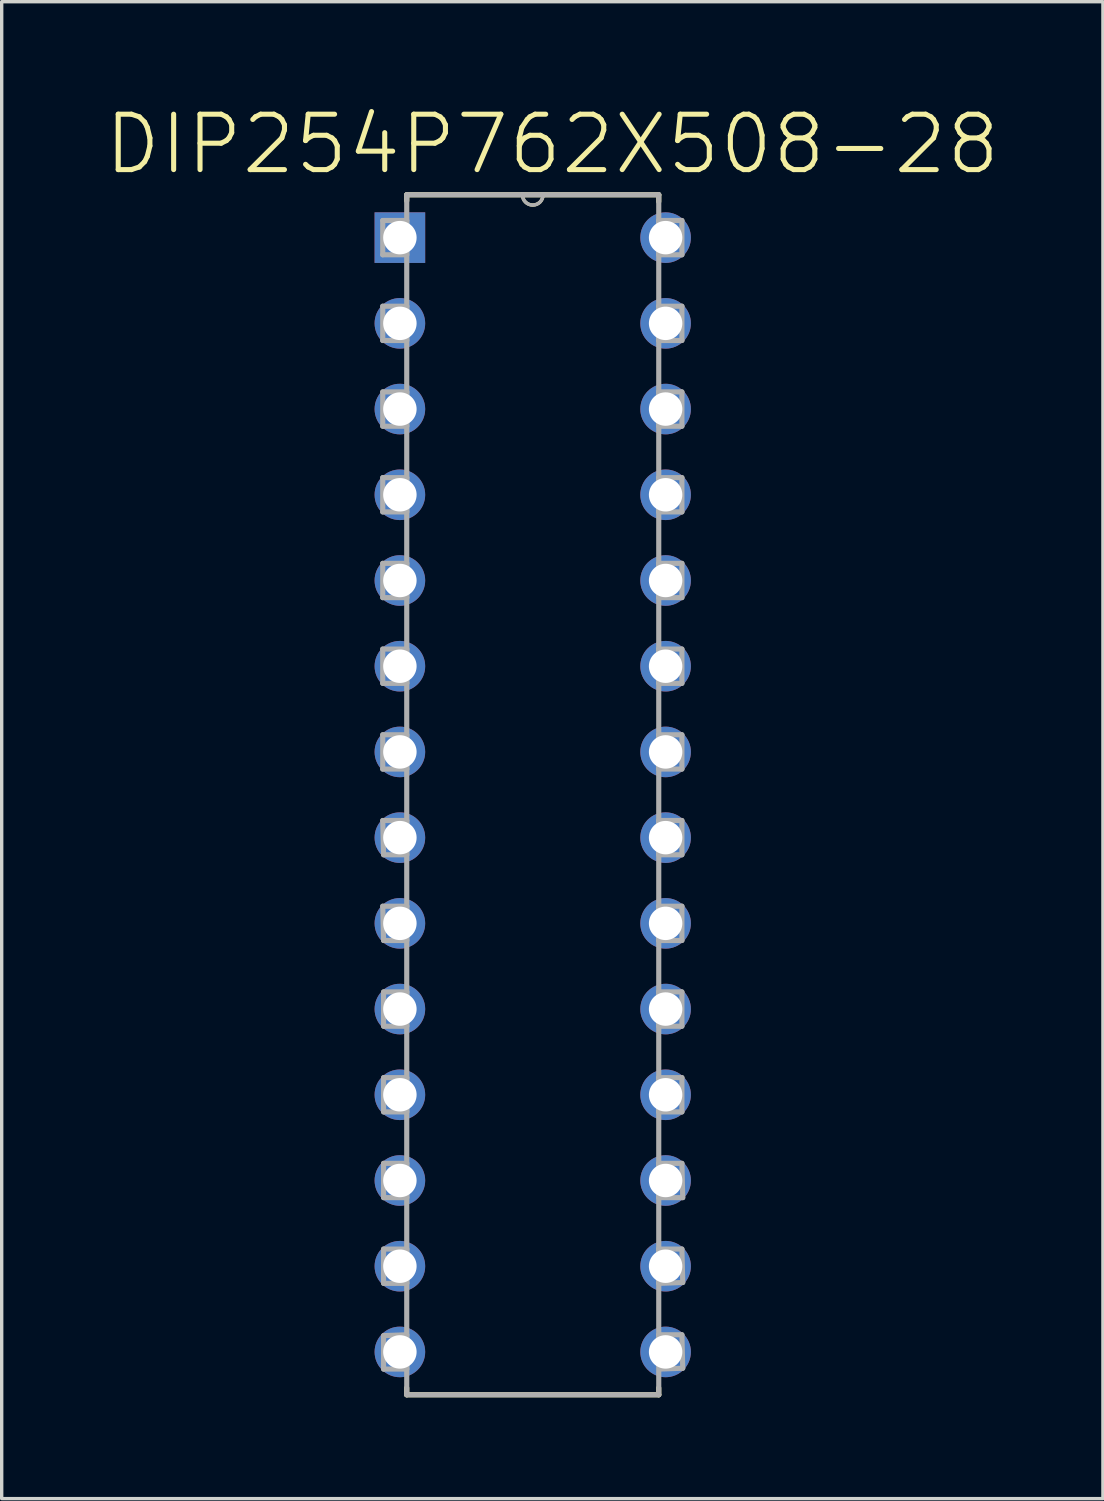
<source format=kicad_pcb>
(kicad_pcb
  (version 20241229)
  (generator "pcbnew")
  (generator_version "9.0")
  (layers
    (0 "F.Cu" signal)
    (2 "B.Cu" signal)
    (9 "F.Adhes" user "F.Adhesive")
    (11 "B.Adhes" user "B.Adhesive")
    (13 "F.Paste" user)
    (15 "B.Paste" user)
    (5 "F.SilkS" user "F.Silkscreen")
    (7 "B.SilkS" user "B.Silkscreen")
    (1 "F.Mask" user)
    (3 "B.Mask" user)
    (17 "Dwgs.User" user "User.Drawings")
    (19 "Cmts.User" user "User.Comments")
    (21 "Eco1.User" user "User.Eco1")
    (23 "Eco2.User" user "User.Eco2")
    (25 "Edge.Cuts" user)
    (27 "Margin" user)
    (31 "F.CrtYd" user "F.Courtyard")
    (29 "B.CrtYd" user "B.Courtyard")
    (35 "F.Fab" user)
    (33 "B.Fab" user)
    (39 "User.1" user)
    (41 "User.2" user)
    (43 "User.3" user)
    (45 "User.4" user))
  (footprint "DIP254P762X508-28"
    (layer "F.Cu")
    (at 16.674 37.012)
    (property "Reference" "DIP254P762X508-28" (at -3.358 -35.788 0) (layer "F.SilkS") (effects (font (size 1.642 1.642) (thickness 0.15))))
    (attr through_hole)
    (fp_line (start -7.671 -34.29) (end -7.671 -34.112) (stroke (width 0.152) (type solid)) (layer "F.SilkS"))
    (fp_line (start -7.671 1.067) (end -7.671 1.27) (stroke (width 0.152) (type solid)) (layer "F.SilkS"))
    (fp_line (start -7.671 1.27) (end -0.203 1.27) (stroke (width 0.152) (type solid)) (layer "F.SilkS"))
    (fp_line (start -4.242 -34.29) (end -7.671 -34.29) (stroke (width 0.152) (type solid)) (layer "F.SilkS"))
    (fp_line (start -3.632 -34.29) (end -4.242 -34.29) (stroke (width 0.152) (type solid)) (layer "F.SilkS"))
    (fp_line (start -0.203 -34.29) (end -3.632 -34.29) (stroke (width 0.152) (type solid)) (layer "F.SilkS"))
    (fp_line (start -0.203 -34.087) (end -0.203 -34.29) (stroke (width 0.152) (type solid)) (layer "F.SilkS"))
    (fp_line (start -0.203 1.27) (end -0.203 1.067) (stroke (width 0.152) (type solid)) (layer "F.SilkS"))
    (fp_arc (start -3.6322 -34.29) (mid -3.937 -33.9852) (end -4.2418 -34.29) (stroke (width 0.1) (type solid)) (layer "F.SilkS"))
    (fp_line (start -8.382 -33.528) (end -8.382 -32.512) (stroke (width 0.152) (type solid)) (layer "F.Fab"))
    (fp_line (start -8.382 -32.512) (end -7.671 -32.512) (stroke (width 0.152) (type solid)) (layer "F.Fab"))
    (fp_line (start -8.382 -30.988) (end -8.382 -29.972) (stroke (width 0.152) (type solid)) (layer "F.Fab"))
    (fp_line (start -8.382 -29.972) (end -7.671 -29.972) (stroke (width 0.152) (type solid)) (layer "F.Fab"))
    (fp_line (start -8.382 -28.448) (end -8.382 -27.432) (stroke (width 0.152) (type solid)) (layer "F.Fab"))
    (fp_line (start -8.382 -27.432) (end -7.671 -27.432) (stroke (width 0.152) (type solid)) (layer "F.Fab"))
    (fp_line (start -8.382 -25.908) (end -8.382 -24.892) (stroke (width 0.152) (type solid)) (layer "F.Fab"))
    (fp_line (start -8.382 -24.892) (end -7.671 -24.892) (stroke (width 0.152) (type solid)) (layer "F.Fab"))
    (fp_line (start -8.382 -23.368) (end -8.382 -22.352) (stroke (width 0.152) (type solid)) (layer "F.Fab"))
    (fp_line (start -8.382 -22.352) (end -7.671 -22.352) (stroke (width 0.152) (type solid)) (layer "F.Fab"))
    (fp_line (start -8.382 -20.828) (end -8.382 -19.812) (stroke (width 0.152) (type solid)) (layer "F.Fab"))
    (fp_line (start -8.382 -19.812) (end -7.671 -19.812) (stroke (width 0.152) (type solid)) (layer "F.Fab"))
    (fp_line (start -8.382 -18.288) (end -8.382 -17.272) (stroke (width 0.152) (type solid)) (layer "F.Fab"))
    (fp_line (start -8.382 -17.272) (end -7.671 -17.272) (stroke (width 0.152) (type solid)) (layer "F.Fab"))
    (fp_line (start -8.382 -15.748) (end -8.357 -14.732) (stroke (width 0.152) (type solid)) (layer "F.Fab"))
    (fp_line (start -8.382 -13.208) (end -8.357 -12.192) (stroke (width 0.152) (type solid)) (layer "F.Fab"))
    (fp_line (start -8.357 -14.732) (end -7.671 -14.732) (stroke (width 0.152) (type solid)) (layer "F.Fab"))
    (fp_line (start -8.357 -12.192) (end -7.671 -12.192) (stroke (width 0.152) (type solid)) (layer "F.Fab"))
    (fp_line (start -8.357 -10.668) (end -8.357 -9.652) (stroke (width 0.152) (type solid)) (layer "F.Fab"))
    (fp_line (start -8.357 -9.652) (end -7.671 -9.652) (stroke (width 0.152) (type solid)) (layer "F.Fab"))
    (fp_line (start -8.357 -8.128) (end -8.357 -7.112) (stroke (width 0.152) (type solid)) (layer "F.Fab"))
    (fp_line (start -8.357 -7.112) (end -7.671 -7.112) (stroke (width 0.152) (type solid)) (layer "F.Fab"))
    (fp_line (start -8.357 -5.588) (end -8.357 -4.572) (stroke (width 0.152) (type solid)) (layer "F.Fab"))
    (fp_line (start -8.357 -4.572) (end -7.671 -4.572) (stroke (width 0.152) (type solid)) (layer "F.Fab"))
    (fp_line (start -8.357 -3.048) (end -8.357 -2.032) (stroke (width 0.152) (type solid)) (layer "F.Fab"))
    (fp_line (start -8.357 -2.032) (end -7.671 -2.032) (stroke (width 0.152) (type solid)) (layer "F.Fab"))
    (fp_line (start -8.357 -0.483) (end -8.357 0.508) (stroke (width 0.152) (type solid)) (layer "F.Fab"))
    (fp_line (start -8.357 0.508) (end -7.671 0.508) (stroke (width 0.152) (type solid)) (layer "F.Fab"))
    (fp_line (start -7.671 -34.29) (end -7.671 1.27) (stroke (width 0.152) (type solid)) (layer "F.Fab"))
    (fp_line (start -7.671 -33.528) (end -8.382 -33.528) (stroke (width 0.152) (type solid)) (layer "F.Fab"))
    (fp_line (start -7.671 -32.512) (end -7.671 -33.528) (stroke (width 0.152) (type solid)) (layer "F.Fab"))
    (fp_line (start -7.671 -30.988) (end -8.382 -30.988) (stroke (width 0.152) (type solid)) (layer "F.Fab"))
    (fp_line (start -7.671 -29.972) (end -7.671 -30.988) (stroke (width 0.152) (type solid)) (layer "F.Fab"))
    (fp_line (start -7.671 -28.448) (end -8.382 -28.448) (stroke (width 0.152) (type solid)) (layer "F.Fab"))
    (fp_line (start -7.671 -27.432) (end -7.671 -28.448) (stroke (width 0.152) (type solid)) (layer "F.Fab"))
    (fp_line (start -7.671 -25.908) (end -8.382 -25.908) (stroke (width 0.152) (type solid)) (layer "F.Fab"))
    (fp_line (start -7.671 -24.892) (end -7.671 -25.908) (stroke (width 0.152) (type solid)) (layer "F.Fab"))
    (fp_line (start -7.671 -23.368) (end -8.382 -23.368) (stroke (width 0.152) (type solid)) (layer "F.Fab"))
    (fp_line (start -7.671 -22.352) (end -7.671 -23.368) (stroke (width 0.152) (type solid)) (layer "F.Fab"))
    (fp_line (start -7.671 -20.828) (end -8.382 -20.828) (stroke (width 0.152) (type solid)) (layer "F.Fab"))
    (fp_line (start -7.671 -19.812) (end -7.671 -20.828) (stroke (width 0.152) (type solid)) (layer "F.Fab"))
    (fp_line (start -7.671 -18.288) (end -8.382 -18.288) (stroke (width 0.152) (type solid)) (layer "F.Fab"))
    (fp_line (start -7.671 -17.272) (end -7.671 -18.288) (stroke (width 0.152) (type solid)) (layer "F.Fab"))
    (fp_line (start -7.671 -15.748) (end -8.382 -15.748) (stroke (width 0.152) (type solid)) (layer "F.Fab"))
    (fp_line (start -7.671 -14.732) (end -7.671 -15.748) (stroke (width 0.152) (type solid)) (layer "F.Fab"))
    (fp_line (start -7.671 -13.208) (end -8.382 -13.208) (stroke (width 0.152) (type solid)) (layer "F.Fab"))
    (fp_line (start -7.671 -12.192) (end -7.671 -13.208) (stroke (width 0.152) (type solid)) (layer "F.Fab"))
    (fp_line (start -7.671 -10.668) (end -8.357 -10.668) (stroke (width 0.152) (type solid)) (layer "F.Fab"))
    (fp_line (start -7.671 -9.652) (end -7.671 -10.668) (stroke (width 0.152) (type solid)) (layer "F.Fab"))
    (fp_line (start -7.671 -8.128) (end -8.357 -8.128) (stroke (width 0.152) (type solid)) (layer "F.Fab"))
    (fp_line (start -7.671 -7.112) (end -7.671 -8.128) (stroke (width 0.152) (type solid)) (layer "F.Fab"))
    (fp_line (start -7.671 -5.588) (end -8.357 -5.588) (stroke (width 0.152) (type solid)) (layer "F.Fab"))
    (fp_line (start -7.671 -4.572) (end -7.671 -5.588) (stroke (width 0.152) (type solid)) (layer "F.Fab"))
    (fp_line (start -7.671 -3.048) (end -8.357 -3.048) (stroke (width 0.152) (type solid)) (layer "F.Fab"))
    (fp_line (start -7.671 -2.032) (end -7.671 -3.048) (stroke (width 0.152) (type solid)) (layer "F.Fab"))
    (fp_line (start -7.671 -0.508) (end -8.357 -0.483) (stroke (width 0.152) (type solid)) (layer "F.Fab"))
    (fp_line (start -7.671 0.508) (end -7.671 -0.508) (stroke (width 0.152) (type solid)) (layer "F.Fab"))
    (fp_line (start -7.671 1.27) (end -0.203 1.27) (stroke (width 0.152) (type solid)) (layer "F.Fab"))
    (fp_line (start -4.242 -34.29) (end -7.671 -34.29) (stroke (width 0.152) (type solid)) (layer "F.Fab"))
    (fp_line (start -3.632 -34.29) (end -4.242 -34.29) (stroke (width 0.152) (type solid)) (layer "F.Fab"))
    (fp_line (start -0.203 -34.29) (end -3.632 -34.29) (stroke (width 0.152) (type solid)) (layer "F.Fab"))
    (fp_line (start -0.203 -33.528) (end -0.203 -32.512) (stroke (width 0.152) (type solid)) (layer "F.Fab"))
    (fp_line (start -0.203 -32.512) (end 0.483 -32.512) (stroke (width 0.152) (type solid)) (layer "F.Fab"))
    (fp_line (start -0.203 -30.988) (end -0.203 -29.972) (stroke (width 0.152) (type solid)) (layer "F.Fab"))
    (fp_line (start -0.203 -29.972) (end 0.483 -29.972) (stroke (width 0.152) (type solid)) (layer "F.Fab"))
    (fp_line (start -0.203 -28.448) (end -0.203 -27.432) (stroke (width 0.152) (type solid)) (layer "F.Fab"))
    (fp_line (start -0.203 -27.432) (end 0.483 -27.432) (stroke (width 0.152) (type solid)) (layer "F.Fab"))
    (fp_line (start -0.203 -25.908) (end -0.203 -24.892) (stroke (width 0.152) (type solid)) (layer "F.Fab"))
    (fp_line (start -0.203 -24.892) (end 0.483 -24.892) (stroke (width 0.152) (type solid)) (layer "F.Fab"))
    (fp_line (start -0.203 -23.368) (end -0.203 -22.352) (stroke (width 0.152) (type solid)) (layer "F.Fab"))
    (fp_line (start -0.203 -22.352) (end 0.483 -22.352) (stroke (width 0.152) (type solid)) (layer "F.Fab"))
    (fp_line (start -0.203 -20.828) (end -0.203 -19.812) (stroke (width 0.152) (type solid)) (layer "F.Fab"))
    (fp_line (start -0.203 -19.812) (end 0.483 -19.812) (stroke (width 0.152) (type solid)) (layer "F.Fab"))
    (fp_line (start -0.203 -18.288) (end -0.203 -17.272) (stroke (width 0.152) (type solid)) (layer "F.Fab"))
    (fp_line (start -0.203 -17.272) (end 0.483 -17.272) (stroke (width 0.152) (type solid)) (layer "F.Fab"))
    (fp_line (start -0.203 -15.748) (end -0.203 -14.732) (stroke (width 0.152) (type solid)) (layer "F.Fab"))
    (fp_line (start -0.203 -14.732) (end 0.483 -14.732) (stroke (width 0.152) (type solid)) (layer "F.Fab"))
    (fp_line (start -0.203 -13.208) (end -0.203 -12.192) (stroke (width 0.152) (type solid)) (layer "F.Fab"))
    (fp_line (start -0.203 -12.192) (end 0.483 -12.192) (stroke (width 0.152) (type solid)) (layer "F.Fab"))
    (fp_line (start -0.203 -10.668) (end -0.203 -9.652) (stroke (width 0.152) (type solid)) (layer "F.Fab"))
    (fp_line (start -0.203 -9.652) (end 0.483 -9.652) (stroke (width 0.152) (type solid)) (layer "F.Fab"))
    (fp_line (start -0.203 -8.128) (end -0.203 -7.112) (stroke (width 0.152) (type solid)) (layer "F.Fab"))
    (fp_line (start -0.203 -7.112) (end 0.483 -7.112) (stroke (width 0.152) (type solid)) (layer "F.Fab"))
    (fp_line (start -0.203 -5.588) (end -0.203 -4.572) (stroke (width 0.152) (type solid)) (layer "F.Fab"))
    (fp_line (start -0.203 -4.572) (end 0.508 -4.572) (stroke (width 0.152) (type solid)) (layer "F.Fab"))
    (fp_line (start -0.203 -3.048) (end -0.203 -2.032) (stroke (width 0.152) (type solid)) (layer "F.Fab"))
    (fp_line (start -0.203 -2.032) (end 0.508 -2.057) (stroke (width 0.152) (type solid)) (layer "F.Fab"))
    (fp_line (start -0.203 -0.508) (end -0.178 0.508) (stroke (width 0.152) (type solid)) (layer "F.Fab"))
    (fp_line (start -0.203 1.27) (end -0.203 -34.29) (stroke (width 0.152) (type solid)) (layer "F.Fab"))
    (fp_line (start -0.178 0.508) (end 0.508 0.483) (stroke (width 0.152) (type solid)) (layer "F.Fab"))
    (fp_line (start 0.483 -33.528) (end -0.203 -33.528) (stroke (width 0.152) (type solid)) (layer "F.Fab"))
    (fp_line (start 0.483 -32.512) (end 0.483 -33.528) (stroke (width 0.152) (type solid)) (layer "F.Fab"))
    (fp_line (start 0.483 -30.988) (end -0.203 -30.988) (stroke (width 0.152) (type solid)) (layer "F.Fab"))
    (fp_line (start 0.483 -29.972) (end 0.483 -30.988) (stroke (width 0.152) (type solid)) (layer "F.Fab"))
    (fp_line (start 0.483 -28.448) (end -0.203 -28.448) (stroke (width 0.152) (type solid)) (layer "F.Fab"))
    (fp_line (start 0.483 -27.432) (end 0.483 -28.448) (stroke (width 0.152) (type solid)) (layer "F.Fab"))
    (fp_line (start 0.483 -25.908) (end -0.203 -25.908) (stroke (width 0.152) (type solid)) (layer "F.Fab"))
    (fp_line (start 0.483 -24.892) (end 0.483 -25.908) (stroke (width 0.152) (type solid)) (layer "F.Fab"))
    (fp_line (start 0.483 -23.368) (end -0.203 -23.368) (stroke (width 0.152) (type solid)) (layer "F.Fab"))
    (fp_line (start 0.483 -22.352) (end 0.483 -23.368) (stroke (width 0.152) (type solid)) (layer "F.Fab"))
    (fp_line (start 0.483 -20.828) (end -0.203 -20.828) (stroke (width 0.152) (type solid)) (layer "F.Fab"))
    (fp_line (start 0.483 -19.812) (end 0.483 -20.828) (stroke (width 0.152) (type solid)) (layer "F.Fab"))
    (fp_line (start 0.483 -18.288) (end -0.203 -18.288) (stroke (width 0.152) (type solid)) (layer "F.Fab"))
    (fp_line (start 0.483 -17.272) (end 0.483 -18.288) (stroke (width 0.152) (type solid)) (layer "F.Fab"))
    (fp_line (start 0.483 -15.748) (end -0.203 -15.748) (stroke (width 0.152) (type solid)) (layer "F.Fab"))
    (fp_line (start 0.483 -14.732) (end 0.483 -15.748) (stroke (width 0.152) (type solid)) (layer "F.Fab"))
    (fp_line (start 0.483 -13.208) (end -0.203 -13.208) (stroke (width 0.152) (type solid)) (layer "F.Fab"))
    (fp_line (start 0.483 -12.192) (end 0.483 -13.208) (stroke (width 0.152) (type solid)) (layer "F.Fab"))
    (fp_line (start 0.483 -10.668) (end -0.203 -10.668) (stroke (width 0.152) (type solid)) (layer "F.Fab"))
    (fp_line (start 0.483 -9.652) (end 0.483 -10.668) (stroke (width 0.152) (type solid)) (layer "F.Fab"))
    (fp_line (start 0.483 -8.128) (end -0.203 -8.128) (stroke (width 0.152) (type solid)) (layer "F.Fab"))
    (fp_line (start 0.483 -7.112) (end 0.483 -8.128) (stroke (width 0.152) (type solid)) (layer "F.Fab"))
    (fp_line (start 0.483 -5.588) (end -0.203 -5.588) (stroke (width 0.152) (type solid)) (layer "F.Fab"))
    (fp_line (start 0.483 -3.048) (end -0.203 -3.048) (stroke (width 0.152) (type solid)) (layer "F.Fab"))
    (fp_line (start 0.483 -0.508) (end -0.203 -0.508) (stroke (width 0.152) (type solid)) (layer "F.Fab"))
    (fp_line (start 0.508 -4.572) (end 0.483 -5.588) (stroke (width 0.152) (type solid)) (layer "F.Fab"))
    (fp_line (start 0.508 -2.057) (end 0.483 -3.048) (stroke (width 0.152) (type solid)) (layer "F.Fab"))
    (fp_line (start 0.508 0.483) (end 0.483 -0.508) (stroke (width 0.152) (type solid)) (layer "F.Fab"))
    (fp_arc (start -3.6322 -34.29) (mid -3.937 -33.9852) (end -4.2418 -34.29) (stroke (width 0.1) (type solid)) (layer "F.Fab"))
    (pad "1" thru_hole rect (at -7.874 -33.02) (size 1.499 1.499) (drill 0.991) (layers "*.Cu" "*.Mask"))
    (pad "2" thru_hole circle (at -7.874 -30.48) (size 1.499 1.499) (drill 0.991) (layers "*.Cu" "*.Mask"))
    (pad "3" thru_hole circle (at -7.874 -27.94) (size 1.499 1.499) (drill 0.991) (layers "*.Cu" "*.Mask"))
    (pad "4" thru_hole circle (at -7.874 -25.4) (size 1.499 1.499) (drill 0.991) (layers "*.Cu" "*.Mask"))
    (pad "5" thru_hole circle (at -7.874 -22.86) (size 1.499 1.499) (drill 0.991) (layers "*.Cu" "*.Mask"))
    (pad "6" thru_hole circle (at -7.874 -20.32) (size 1.499 1.499) (drill 0.991) (layers "*.Cu" "*.Mask"))
    (pad "7" thru_hole circle (at -7.874 -17.78) (size 1.499 1.499) (drill 0.991) (layers "*.Cu" "*.Mask"))
    (pad "8" thru_hole circle (at -7.874 -15.24) (size 1.499 1.499) (drill 0.991) (layers "*.Cu" "*.Mask"))
    (pad "9" thru_hole circle (at -7.874 -12.7) (size 1.499 1.499) (drill 0.991) (layers "*.Cu" "*.Mask"))
    (pad "10" thru_hole circle (at -7.874 -10.16) (size 1.499 1.499) (drill 0.991) (layers "*.Cu" "*.Mask"))
    (pad "11" thru_hole circle (at -7.874 -7.62) (size 1.499 1.499) (drill 0.991) (layers "*.Cu" "*.Mask"))
    (pad "12" thru_hole circle (at -7.874 -5.08) (size 1.499 1.499) (drill 0.991) (layers "*.Cu" "*.Mask"))
    (pad "13" thru_hole circle (at -7.874 -2.54) (size 1.499 1.499) (drill 0.991) (layers "*.Cu" "*.Mask"))
    (pad "14" thru_hole circle (at -7.874 0) (size 1.499 1.499) (drill 0.991) (layers "*.Cu" "*.Mask"))
    (pad "15" thru_hole circle (at 0 0) (size 1.499 1.499) (drill 0.991) (layers "*.Cu" "*.Mask"))
    (pad "16" thru_hole circle (at 0 -2.54) (size 1.499 1.499) (drill 0.991) (layers "*.Cu" "*.Mask"))
    (pad "17" thru_hole circle (at 0 -5.08) (size 1.499 1.499) (drill 0.991) (layers "*.Cu" "*.Mask"))
    (pad "18" thru_hole circle (at 0 -7.62) (size 1.499 1.499) (drill 0.991) (layers "*.Cu" "*.Mask"))
    (pad "19" thru_hole circle (at 0 -10.16) (size 1.499 1.499) (drill 0.991) (layers "*.Cu" "*.Mask"))
    (pad "20" thru_hole circle (at 0 -12.7) (size 1.499 1.499) (drill 0.991) (layers "*.Cu" "*.Mask"))
    (pad "21" thru_hole circle (at 0 -15.24) (size 1.499 1.499) (drill 0.991) (layers "*.Cu" "*.Mask"))
    (pad "22" thru_hole circle (at 0 -17.78) (size 1.499 1.499) (drill 0.991) (layers "*.Cu" "*.Mask"))
    (pad "23" thru_hole circle (at 0 -20.32) (size 1.499 1.499) (drill 0.991) (layers "*.Cu" "*.Mask"))
    (pad "24" thru_hole circle (at 0 -22.86) (size 1.499 1.499) (drill 0.991) (layers "*.Cu" "*.Mask"))
    (pad "25" thru_hole circle (at 0 -25.4) (size 1.499 1.499) (drill 0.991) (layers "*.Cu" "*.Mask"))
    (pad "26" thru_hole circle (at 0 -27.94) (size 1.499 1.499) (drill 0.991) (layers "*.Cu" "*.Mask"))
    (pad "27" thru_hole circle (at 0 -30.48) (size 1.499 1.499) (drill 0.991) (layers "*.Cu" "*.Mask"))
    (pad "28" thru_hole circle (at 0 -33.02) (size 1.499 1.499) (drill 0.991) (layers "*.Cu" "*.Mask")))
  (gr_rect
    (start -3 -3)
    (end 29.633 41.359)
    (stroke (width 0.1) (type default))
    (fill no)
    (layer "Edge.Cuts")))
</source>
